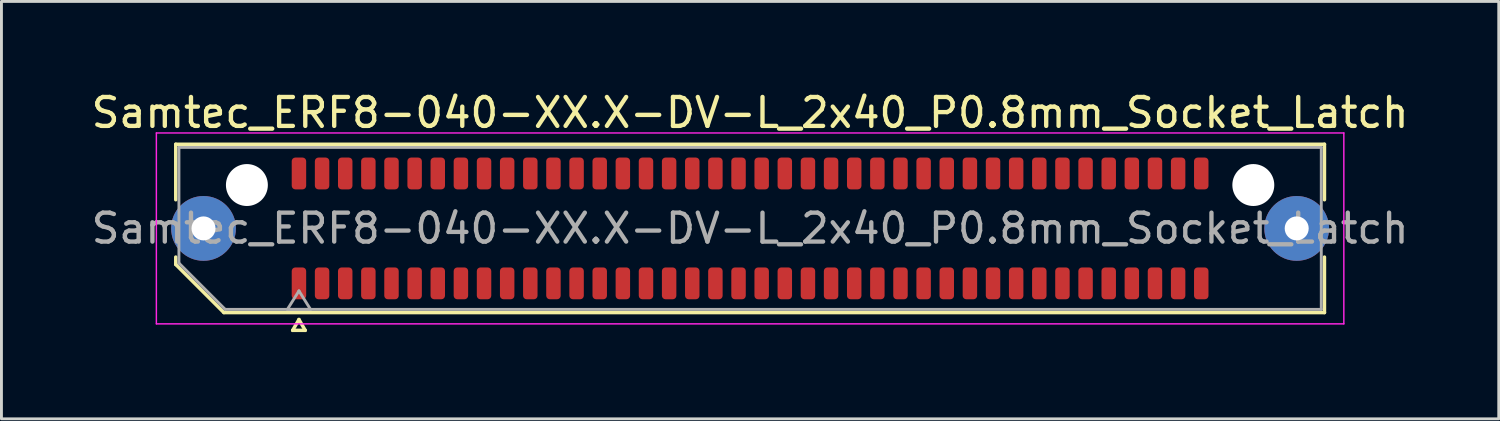
<source format=kicad_pcb>
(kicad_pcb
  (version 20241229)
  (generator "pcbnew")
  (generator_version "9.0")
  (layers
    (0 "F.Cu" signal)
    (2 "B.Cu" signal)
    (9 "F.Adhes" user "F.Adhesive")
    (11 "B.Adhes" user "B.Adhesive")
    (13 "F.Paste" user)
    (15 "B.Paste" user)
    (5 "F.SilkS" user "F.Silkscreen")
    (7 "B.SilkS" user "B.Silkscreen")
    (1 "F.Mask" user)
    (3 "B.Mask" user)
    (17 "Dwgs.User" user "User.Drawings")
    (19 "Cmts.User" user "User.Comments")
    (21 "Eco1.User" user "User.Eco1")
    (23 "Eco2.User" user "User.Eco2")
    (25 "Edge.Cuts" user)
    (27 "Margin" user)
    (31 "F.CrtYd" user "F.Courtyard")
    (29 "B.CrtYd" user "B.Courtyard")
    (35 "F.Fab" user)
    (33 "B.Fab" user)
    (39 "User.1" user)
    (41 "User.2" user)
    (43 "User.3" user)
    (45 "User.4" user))
  (footprint "Samtec_ERF8-040-XX.X-DV-L_2x40_P0.8mm_Socket_Latch"
    (layer "F.Cu")
    (at 22.887 4.848)
    (property "Reference" "Samtec_ERF8-040-XX.X-DV-L_2x40_P0.8mm_Socket_Latch" (at 0 -4 0) (layer "F.SilkS") (effects (font (size 1 1) (thickness 0.15))))
    (attr smd)
    (fp_line (start -19.86 -2.91) (end 19.86 -2.91) (stroke (width 0.12) (type solid)) (layer "F.SilkS"))
    (fp_line (start -19.86 -0.991) (end -19.86 -2.91) (stroke (width 0.12) (type solid)) (layer "F.SilkS"))
    (fp_line (start -19.86 1.246) (end -19.86 0.991) (stroke (width 0.12) (type solid)) (layer "F.SilkS"))
    (fp_line (start -18.196 2.91) (end -19.86 1.246) (stroke (width 0.12) (type solid)) (layer "F.SilkS"))
    (fp_line (start -15.817 3.525) (end -15.6 3.15) (stroke (width 0.12) (type solid)) (layer "F.SilkS"))
    (fp_line (start -15.6 3.15) (end -15.383 3.525) (stroke (width 0.12) (type solid)) (layer "F.SilkS"))
    (fp_line (start -15.383 3.525) (end -15.817 3.525) (stroke (width 0.12) (type solid)) (layer "F.SilkS"))
    (fp_line (start 19.86 -2.91) (end 19.86 -0.991) (stroke (width 0.12) (type solid)) (layer "F.SilkS"))
    (fp_line (start 19.86 0.991) (end 19.86 2.91) (stroke (width 0.12) (type solid)) (layer "F.SilkS"))
    (fp_line (start 19.86 2.91) (end -18.196 2.91) (stroke (width 0.12) (type solid)) (layer "F.SilkS"))
    (fp_line (start -20.53 -3.3) (end -20.53 3.3) (stroke (width 0.05) (type solid)) (layer "F.CrtYd"))
    (fp_line (start -20.53 3.3) (end 20.53 3.3) (stroke (width 0.05) (type solid)) (layer "F.CrtYd"))
    (fp_line (start 20.53 -3.3) (end -20.53 -3.3) (stroke (width 0.05) (type solid)) (layer "F.CrtYd"))
    (fp_line (start 20.53 3.3) (end 20.53 -3.3) (stroke (width 0.05) (type solid)) (layer "F.CrtYd"))
    (fp_line (start -19.75 -2.8) (end 19.75 -2.8) (stroke (width 0.1) (type solid)) (layer "F.Fab"))
    (fp_line (start -19.75 1.2) (end -19.75 -2.8) (stroke (width 0.1) (type solid)) (layer "F.Fab"))
    (fp_line (start -18.15 2.8) (end -19.75 1.2) (stroke (width 0.1) (type solid)) (layer "F.Fab"))
    (fp_line (start -16 2.8) (end -15.6 2.16) (stroke (width 0.1) (type solid)) (layer "F.Fab"))
    (fp_line (start -15.6 2.16) (end -15.2 2.8) (stroke (width 0.1) (type solid)) (layer "F.Fab"))
    (fp_line (start -15.2 2.8) (end -16 2.8) (stroke (width 0.1) (type solid)) (layer "F.Fab"))
    (fp_line (start 19.75 -2.8) (end 19.75 2.8) (stroke (width 0.1) (type solid)) (layer "F.Fab"))
    (fp_line (start 19.75 2.8) (end -18.15 2.8) (stroke (width 0.1) (type solid)) (layer "F.Fab"))
    (fp_text user "${REFERENCE}" (at 0 0 0) (layer "F.Fab") (effects (font (size 1 1) (thickness 0.15))))
    (pad "" thru_hole circle (at -18.9 0) (size 2.24 2.24) (drill 0.83) (layers "*.Cu" "*.Mask" "F.Paste"))
    (pad "" np_thru_hole circle (at -17.4 -1.5) (size 1.45 1.45) (drill 1.45) (layers "*.Cu" "*.Mask"))
    (pad "" np_thru_hole circle (at 17.4 -1.5) (size 1.45 1.45) (drill 1.45) (layers "*.Cu" "*.Mask"))
    (pad "" thru_hole circle (at 18.9 0) (size 2.24 2.24) (drill 0.83) (layers "*.Cu" "*.Mask" "F.Paste"))
    (pad "1" smd roundrect (at -15.6 1.9) (size 0.5 1.1) (layers "F.Cu" "F.Mask" "F.Paste") (roundrect_rratio 0.25))
    (pad "2" smd roundrect (at -15.6 -1.9) (size 0.5 1.1) (layers "F.Cu" "F.Mask" "F.Paste") (roundrect_rratio 0.25))
    (pad "3" smd roundrect (at -14.8 1.9) (size 0.5 1.1) (layers "F.Cu" "F.Mask" "F.Paste") (roundrect_rratio 0.25))
    (pad "4" smd roundrect (at -14.8 -1.9) (size 0.5 1.1) (layers "F.Cu" "F.Mask" "F.Paste") (roundrect_rratio 0.25))
    (pad "5" smd roundrect (at -14 1.9) (size 0.5 1.1) (layers "F.Cu" "F.Mask" "F.Paste") (roundrect_rratio 0.25))
    (pad "6" smd roundrect (at -14 -1.9) (size 0.5 1.1) (layers "F.Cu" "F.Mask" "F.Paste") (roundrect_rratio 0.25))
    (pad "7" smd roundrect (at -13.2 1.9) (size 0.5 1.1) (layers "F.Cu" "F.Mask" "F.Paste") (roundrect_rratio 0.25))
    (pad "8" smd roundrect (at -13.2 -1.9) (size 0.5 1.1) (layers "F.Cu" "F.Mask" "F.Paste") (roundrect_rratio 0.25))
    (pad "9" smd roundrect (at -12.4 1.9) (size 0.5 1.1) (layers "F.Cu" "F.Mask" "F.Paste") (roundrect_rratio 0.25))
    (pad "10" smd roundrect (at -12.4 -1.9) (size 0.5 1.1) (layers "F.Cu" "F.Mask" "F.Paste") (roundrect_rratio 0.25))
    (pad "11" smd roundrect (at -11.6 1.9) (size 0.5 1.1) (layers "F.Cu" "F.Mask" "F.Paste") (roundrect_rratio 0.25))
    (pad "12" smd roundrect (at -11.6 -1.9) (size 0.5 1.1) (layers "F.Cu" "F.Mask" "F.Paste") (roundrect_rratio 0.25))
    (pad "13" smd roundrect (at -10.8 1.9) (size 0.5 1.1) (layers "F.Cu" "F.Mask" "F.Paste") (roundrect_rratio 0.25))
    (pad "14" smd roundrect (at -10.8 -1.9) (size 0.5 1.1) (layers "F.Cu" "F.Mask" "F.Paste") (roundrect_rratio 0.25))
    (pad "15" smd roundrect (at -10 1.9) (size 0.5 1.1) (layers "F.Cu" "F.Mask" "F.Paste") (roundrect_rratio 0.25))
    (pad "16" smd roundrect (at -10 -1.9) (size 0.5 1.1) (layers "F.Cu" "F.Mask" "F.Paste") (roundrect_rratio 0.25))
    (pad "17" smd roundrect (at -9.2 1.9) (size 0.5 1.1) (layers "F.Cu" "F.Mask" "F.Paste") (roundrect_rratio 0.25))
    (pad "18" smd roundrect (at -9.2 -1.9) (size 0.5 1.1) (layers "F.Cu" "F.Mask" "F.Paste") (roundrect_rratio 0.25))
    (pad "19" smd roundrect (at -8.4 1.9) (size 0.5 1.1) (layers "F.Cu" "F.Mask" "F.Paste") (roundrect_rratio 0.25))
    (pad "20" smd roundrect (at -8.4 -1.9) (size 0.5 1.1) (layers "F.Cu" "F.Mask" "F.Paste") (roundrect_rratio 0.25))
    (pad "21" smd roundrect (at -7.6 1.9) (size 0.5 1.1) (layers "F.Cu" "F.Mask" "F.Paste") (roundrect_rratio 0.25))
    (pad "22" smd roundrect (at -7.6 -1.9) (size 0.5 1.1) (layers "F.Cu" "F.Mask" "F.Paste") (roundrect_rratio 0.25))
    (pad "23" smd roundrect (at -6.8 1.9) (size 0.5 1.1) (layers "F.Cu" "F.Mask" "F.Paste") (roundrect_rratio 0.25))
    (pad "24" smd roundrect (at -6.8 -1.9) (size 0.5 1.1) (layers "F.Cu" "F.Mask" "F.Paste") (roundrect_rratio 0.25))
    (pad "25" smd roundrect (at -6 1.9) (size 0.5 1.1) (layers "F.Cu" "F.Mask" "F.Paste") (roundrect_rratio 0.25))
    (pad "26" smd roundrect (at -6 -1.9) (size 0.5 1.1) (layers "F.Cu" "F.Mask" "F.Paste") (roundrect_rratio 0.25))
    (pad "27" smd roundrect (at -5.2 1.9) (size 0.5 1.1) (layers "F.Cu" "F.Mask" "F.Paste") (roundrect_rratio 0.25))
    (pad "28" smd roundrect (at -5.2 -1.9) (size 0.5 1.1) (layers "F.Cu" "F.Mask" "F.Paste") (roundrect_rratio 0.25))
    (pad "29" smd roundrect (at -4.4 1.9) (size 0.5 1.1) (layers "F.Cu" "F.Mask" "F.Paste") (roundrect_rratio 0.25))
    (pad "30" smd roundrect (at -4.4 -1.9) (size 0.5 1.1) (layers "F.Cu" "F.Mask" "F.Paste") (roundrect_rratio 0.25))
    (pad "31" smd roundrect (at -3.6 1.9) (size 0.5 1.1) (layers "F.Cu" "F.Mask" "F.Paste") (roundrect_rratio 0.25))
    (pad "32" smd roundrect (at -3.6 -1.9) (size 0.5 1.1) (layers "F.Cu" "F.Mask" "F.Paste") (roundrect_rratio 0.25))
    (pad "33" smd roundrect (at -2.8 1.9) (size 0.5 1.1) (layers "F.Cu" "F.Mask" "F.Paste") (roundrect_rratio 0.25))
    (pad "34" smd roundrect (at -2.8 -1.9) (size 0.5 1.1) (layers "F.Cu" "F.Mask" "F.Paste") (roundrect_rratio 0.25))
    (pad "35" smd roundrect (at -2 1.9) (size 0.5 1.1) (layers "F.Cu" "F.Mask" "F.Paste") (roundrect_rratio 0.25))
    (pad "36" smd roundrect (at -2 -1.9) (size 0.5 1.1) (layers "F.Cu" "F.Mask" "F.Paste") (roundrect_rratio 0.25))
    (pad "37" smd roundrect (at -1.2 1.9) (size 0.5 1.1) (layers "F.Cu" "F.Mask" "F.Paste") (roundrect_rratio 0.25))
    (pad "38" smd roundrect (at -1.2 -1.9) (size 0.5 1.1) (layers "F.Cu" "F.Mask" "F.Paste") (roundrect_rratio 0.25))
    (pad "39" smd roundrect (at -0.4 1.9) (size 0.5 1.1) (layers "F.Cu" "F.Mask" "F.Paste") (roundrect_rratio 0.25))
    (pad "40" smd roundrect (at -0.4 -1.9) (size 0.5 1.1) (layers "F.Cu" "F.Mask" "F.Paste") (roundrect_rratio 0.25))
    (pad "41" smd roundrect (at 0.4 1.9) (size 0.5 1.1) (layers "F.Cu" "F.Mask" "F.Paste") (roundrect_rratio 0.25))
    (pad "42" smd roundrect (at 0.4 -1.9) (size 0.5 1.1) (layers "F.Cu" "F.Mask" "F.Paste") (roundrect_rratio 0.25))
    (pad "43" smd roundrect (at 1.2 1.9) (size 0.5 1.1) (layers "F.Cu" "F.Mask" "F.Paste") (roundrect_rratio 0.25))
    (pad "44" smd roundrect (at 1.2 -1.9) (size 0.5 1.1) (layers "F.Cu" "F.Mask" "F.Paste") (roundrect_rratio 0.25))
    (pad "45" smd roundrect (at 2 1.9) (size 0.5 1.1) (layers "F.Cu" "F.Mask" "F.Paste") (roundrect_rratio 0.25))
    (pad "46" smd roundrect (at 2 -1.9) (size 0.5 1.1) (layers "F.Cu" "F.Mask" "F.Paste") (roundrect_rratio 0.25))
    (pad "47" smd roundrect (at 2.8 1.9) (size 0.5 1.1) (layers "F.Cu" "F.Mask" "F.Paste") (roundrect_rratio 0.25))
    (pad "48" smd roundrect (at 2.8 -1.9) (size 0.5 1.1) (layers "F.Cu" "F.Mask" "F.Paste") (roundrect_rratio 0.25))
    (pad "49" smd roundrect (at 3.6 1.9) (size 0.5 1.1) (layers "F.Cu" "F.Mask" "F.Paste") (roundrect_rratio 0.25))
    (pad "50" smd roundrect (at 3.6 -1.9) (size 0.5 1.1) (layers "F.Cu" "F.Mask" "F.Paste") (roundrect_rratio 0.25))
    (pad "51" smd roundrect (at 4.4 1.9) (size 0.5 1.1) (layers "F.Cu" "F.Mask" "F.Paste") (roundrect_rratio 0.25))
    (pad "52" smd roundrect (at 4.4 -1.9) (size 0.5 1.1) (layers "F.Cu" "F.Mask" "F.Paste") (roundrect_rratio 0.25))
    (pad "53" smd roundrect (at 5.2 1.9) (size 0.5 1.1) (layers "F.Cu" "F.Mask" "F.Paste") (roundrect_rratio 0.25))
    (pad "54" smd roundrect (at 5.2 -1.9) (size 0.5 1.1) (layers "F.Cu" "F.Mask" "F.Paste") (roundrect_rratio 0.25))
    (pad "55" smd roundrect (at 6 1.9) (size 0.5 1.1) (layers "F.Cu" "F.Mask" "F.Paste") (roundrect_rratio 0.25))
    (pad "56" smd roundrect (at 6 -1.9) (size 0.5 1.1) (layers "F.Cu" "F.Mask" "F.Paste") (roundrect_rratio 0.25))
    (pad "57" smd roundrect (at 6.8 1.9) (size 0.5 1.1) (layers "F.Cu" "F.Mask" "F.Paste") (roundrect_rratio 0.25))
    (pad "58" smd roundrect (at 6.8 -1.9) (size 0.5 1.1) (layers "F.Cu" "F.Mask" "F.Paste") (roundrect_rratio 0.25))
    (pad "59" smd roundrect (at 7.6 1.9) (size 0.5 1.1) (layers "F.Cu" "F.Mask" "F.Paste") (roundrect_rratio 0.25))
    (pad "60" smd roundrect (at 7.6 -1.9) (size 0.5 1.1) (layers "F.Cu" "F.Mask" "F.Paste") (roundrect_rratio 0.25))
    (pad "61" smd roundrect (at 8.4 1.9) (size 0.5 1.1) (layers "F.Cu" "F.Mask" "F.Paste") (roundrect_rratio 0.25))
    (pad "62" smd roundrect (at 8.4 -1.9) (size 0.5 1.1) (layers "F.Cu" "F.Mask" "F.Paste") (roundrect_rratio 0.25))
    (pad "63" smd roundrect (at 9.2 1.9) (size 0.5 1.1) (layers "F.Cu" "F.Mask" "F.Paste") (roundrect_rratio 0.25))
    (pad "64" smd roundrect (at 9.2 -1.9) (size 0.5 1.1) (layers "F.Cu" "F.Mask" "F.Paste") (roundrect_rratio 0.25))
    (pad "65" smd roundrect (at 10 1.9) (size 0.5 1.1) (layers "F.Cu" "F.Mask" "F.Paste") (roundrect_rratio 0.25))
    (pad "66" smd roundrect (at 10 -1.9) (size 0.5 1.1) (layers "F.Cu" "F.Mask" "F.Paste") (roundrect_rratio 0.25))
    (pad "67" smd roundrect (at 10.8 1.9) (size 0.5 1.1) (layers "F.Cu" "F.Mask" "F.Paste") (roundrect_rratio 0.25))
    (pad "68" smd roundrect (at 10.8 -1.9) (size 0.5 1.1) (layers "F.Cu" "F.Mask" "F.Paste") (roundrect_rratio 0.25))
    (pad "69" smd roundrect (at 11.6 1.9) (size 0.5 1.1) (layers "F.Cu" "F.Mask" "F.Paste") (roundrect_rratio 0.25))
    (pad "70" smd roundrect (at 11.6 -1.9) (size 0.5 1.1) (layers "F.Cu" "F.Mask" "F.Paste") (roundrect_rratio 0.25))
    (pad "71" smd roundrect (at 12.4 1.9) (size 0.5 1.1) (layers "F.Cu" "F.Mask" "F.Paste") (roundrect_rratio 0.25))
    (pad "72" smd roundrect (at 12.4 -1.9) (size 0.5 1.1) (layers "F.Cu" "F.Mask" "F.Paste") (roundrect_rratio 0.25))
    (pad "73" smd roundrect (at 13.2 1.9) (size 0.5 1.1) (layers "F.Cu" "F.Mask" "F.Paste") (roundrect_rratio 0.25))
    (pad "74" smd roundrect (at 13.2 -1.9) (size 0.5 1.1) (layers "F.Cu" "F.Mask" "F.Paste") (roundrect_rratio 0.25))
    (pad "75" smd roundrect (at 14 1.9) (size 0.5 1.1) (layers "F.Cu" "F.Mask" "F.Paste") (roundrect_rratio 0.25))
    (pad "76" smd roundrect (at 14 -1.9) (size 0.5 1.1) (layers "F.Cu" "F.Mask" "F.Paste") (roundrect_rratio 0.25))
    (pad "77" smd roundrect (at 14.8 1.9) (size 0.5 1.1) (layers "F.Cu" "F.Mask" "F.Paste") (roundrect_rratio 0.25))
    (pad "78" smd roundrect (at 14.8 -1.9) (size 0.5 1.1) (layers "F.Cu" "F.Mask" "F.Paste") (roundrect_rratio 0.25))
    (pad "79" smd roundrect (at 15.6 1.9) (size 0.5 1.1) (layers "F.Cu" "F.Mask" "F.Paste") (roundrect_rratio 0.25))
    (pad "80" smd roundrect (at 15.6 -1.9) (size 0.5 1.1) (layers "F.Cu" "F.Mask" "F.Paste") (roundrect_rratio 0.25)))
  (gr_rect
    (start -3 -3)
    (end 48.774 11.433)
    (stroke (width 0.1) (type default))
    (fill no)
    (layer "Edge.Cuts")))
</source>
